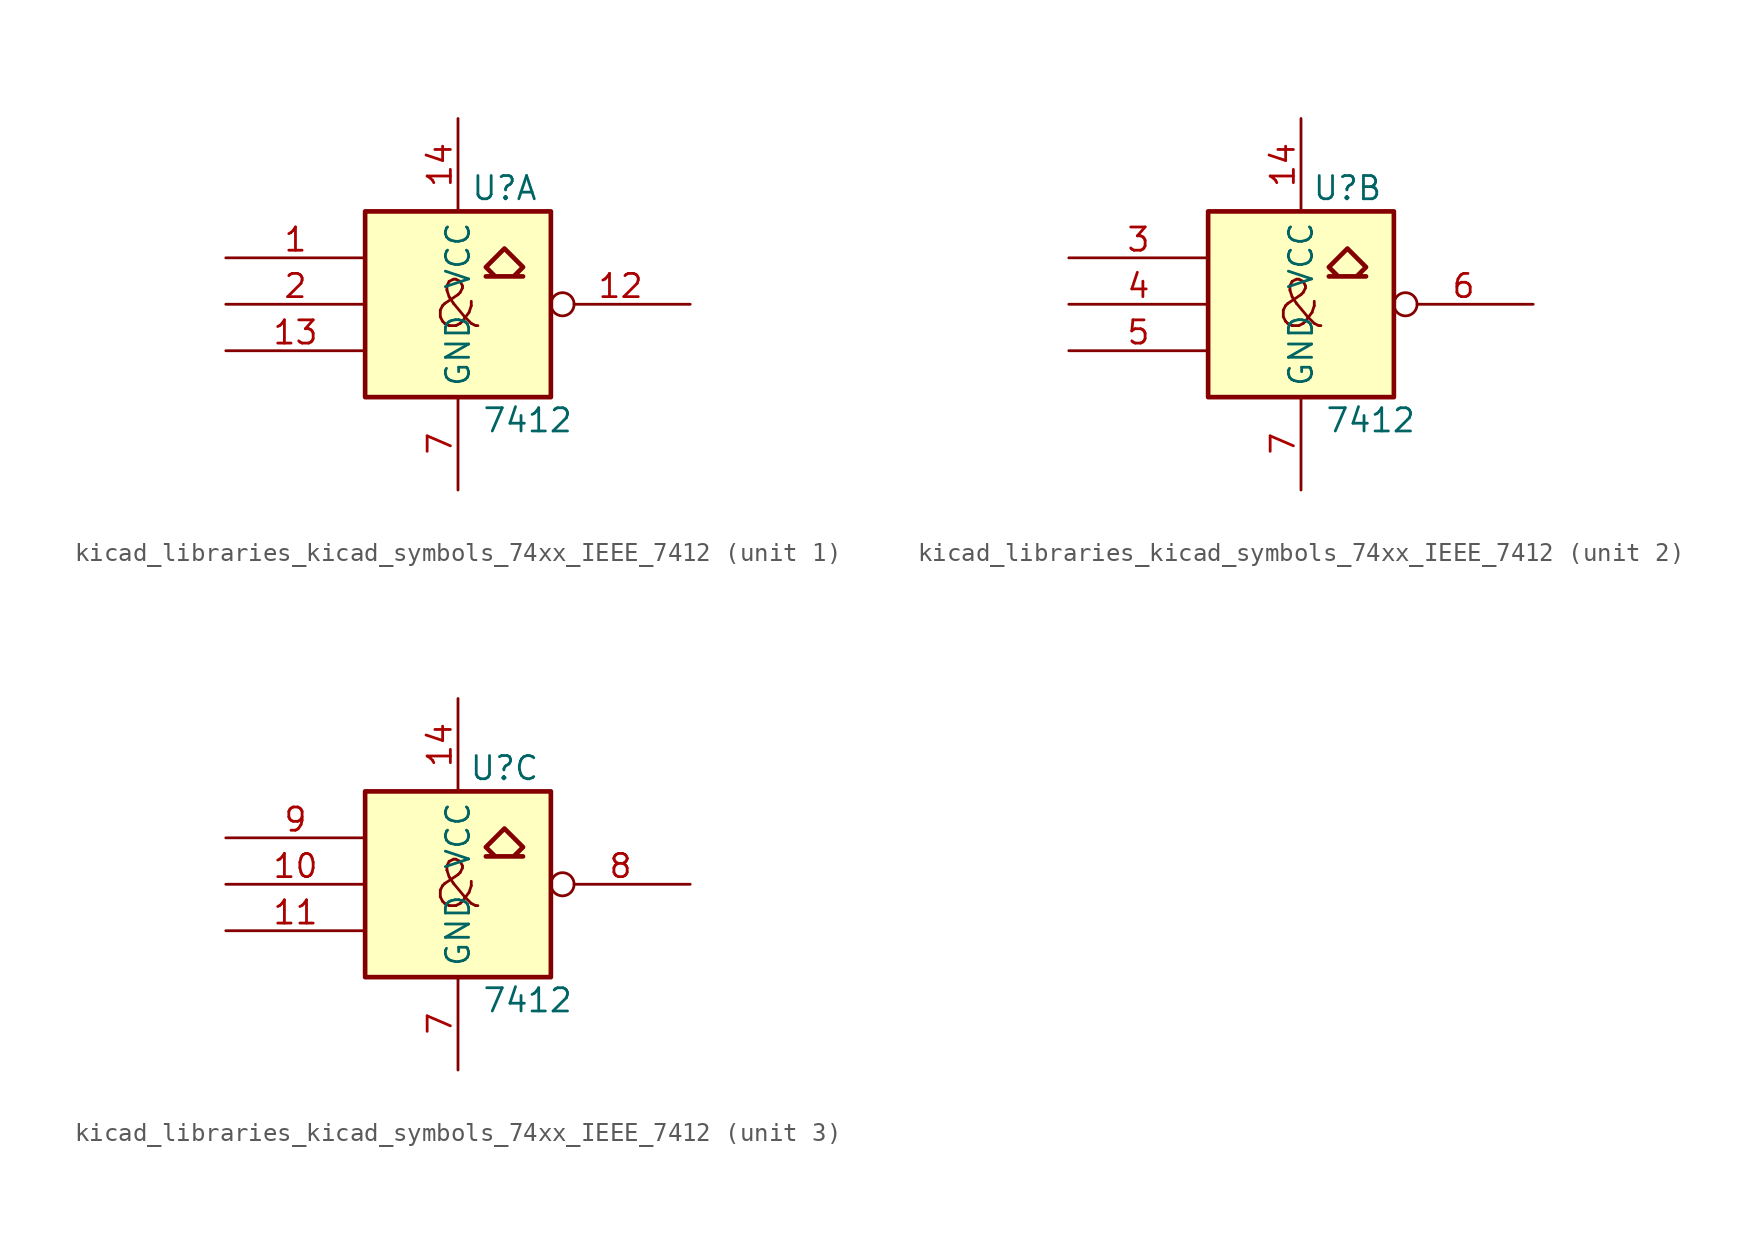
<source format=kicad_sym>
(kicad_symbol_lib
  (version 20220914)
  (generator kicad_symbol_editor)
  (symbol "kicad_libraries_kicad_symbols_74xx_IEEE_7412"
    (property "Reference" "U"
      (at 2.54 6.35 0)
      (effects (font (size 1.27 1.27))))
    (property "Value" "7412"
      (at 3.81 -6.35 0)
      (effects (font (size 1.27 1.27))))
    (symbol "kicad_libraries_kicad_symbols_74xx_IEEE_7412_0_0"
      (polyline (pts (xy 2.032 1.524) (xy 1.524 2.032) (xy 2.54 3.048) (xy 3.556 2.032) (xy 3.048 1.524) (xy 3.556 1.524) (xy 1.524 1.524) (xy 1.524 1.524)) (stroke (width 0.254) (type default)) (fill (type background)))
      (text "&" (at 0 0 0) (effects (font (size 2.54 2.54)))))
    (symbol "kicad_libraries_kicad_symbols_74xx_IEEE_7412_0_1"
      (rectangle (start -5.08 5.08) (end 5.08 -5.08) (stroke (width 0.254) (type default)) (fill (type background)))
      (pin power_in line (at 0 10.16 270) (length 5.08) (name "VCC" (effects (font (size 1.27 1.27)))) (number "14" (effects (font (size 1.27 1.27)))))
      (pin power_in line (at 0 -10.16 90) (length 5.08) (name "GND" (effects (font (size 1.27 1.27)))) (number "7" (effects (font (size 1.27 1.27))))))
    (symbol "kicad_libraries_kicad_symbols_74xx_IEEE_7412_1_1"
      (pin input line (at -12.7 2.54 0) (length 7.62) (name "~" (effects (font (size 1.27 1.27)))) (number "1" (effects (font (size 1.27 1.27)))))
      (pin open_collector inverted (at 12.7 0 180) (length 7.62) (name "~" (effects (font (size 1.27 1.27)))) (number "12" (effects (font (size 1.27 1.27)))))
      (pin input line (at -12.7 -2.54 0) (length 7.62) (name "~" (effects (font (size 1.27 1.27)))) (number "13" (effects (font (size 1.27 1.27)))))
      (pin input line (at -12.7 0 0) (length 7.62) (name "~" (effects (font (size 1.27 1.27)))) (number "2" (effects (font (size 1.27 1.27))))))
    (symbol "kicad_libraries_kicad_symbols_74xx_IEEE_7412_2_1"
      (pin input line (at -12.7 2.54 0) (length 7.62) (name "~" (effects (font (size 1.27 1.27)))) (number "3" (effects (font (size 1.27 1.27)))))
      (pin input line (at -12.7 0 0) (length 7.62) (name "~" (effects (font (size 1.27 1.27)))) (number "4" (effects (font (size 1.27 1.27)))))
      (pin input line (at -12.7 -2.54 0) (length 7.62) (name "~" (effects (font (size 1.27 1.27)))) (number "5" (effects (font (size 1.27 1.27)))))
      (pin open_collector inverted (at 12.7 0 180) (length 7.62) (name "~" (effects (font (size 1.27 1.27)))) (number "6" (effects (font (size 1.27 1.27))))))
    (symbol "kicad_libraries_kicad_symbols_74xx_IEEE_7412_3_1"
      (pin input line (at -12.7 0 0) (length 7.62) (name "~" (effects (font (size 1.27 1.27)))) (number "10" (effects (font (size 1.27 1.27)))))
      (pin input line (at -12.7 -2.54 0) (length 7.62) (name "~" (effects (font (size 1.27 1.27)))) (number "11" (effects (font (size 1.27 1.27)))))
      (pin open_collector inverted (at 12.7 0 180) (length 7.62) (name "~" (effects (font (size 1.27 1.27)))) (number "8" (effects (font (size 1.27 1.27)))))
      (pin input line (at -12.7 2.54 0) (length 7.62) (name "~" (effects (font (size 1.27 1.27)))) (number "9" (effects (font (size 1.27 1.27))))))))
</source>
